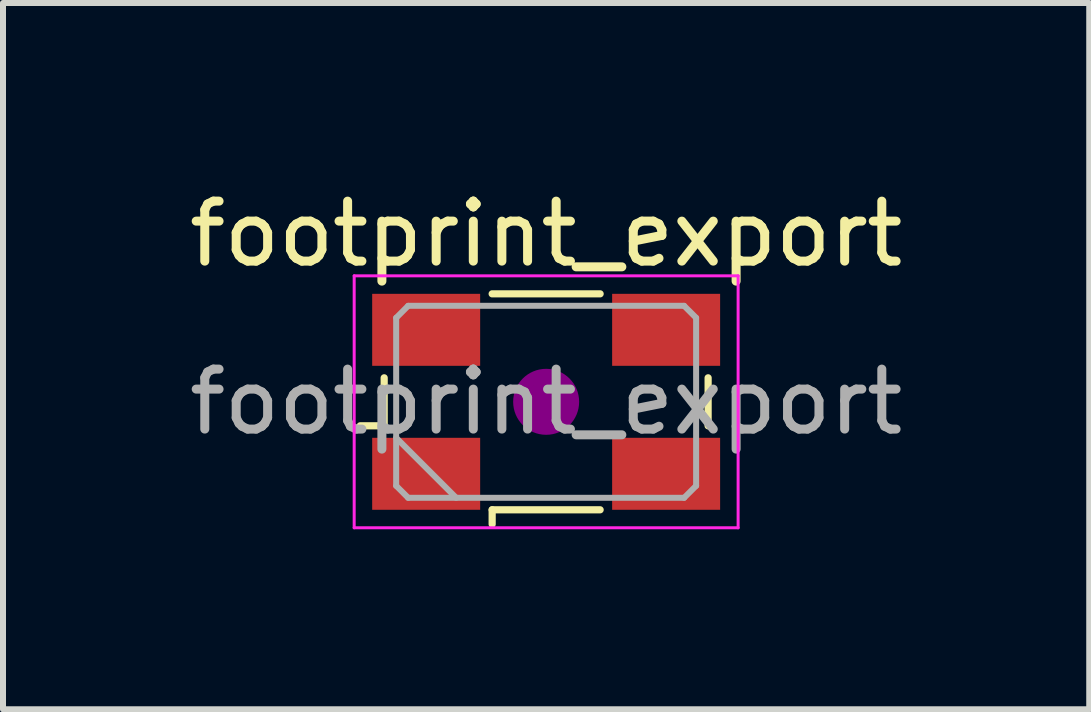
<source format=kicad_pcb>
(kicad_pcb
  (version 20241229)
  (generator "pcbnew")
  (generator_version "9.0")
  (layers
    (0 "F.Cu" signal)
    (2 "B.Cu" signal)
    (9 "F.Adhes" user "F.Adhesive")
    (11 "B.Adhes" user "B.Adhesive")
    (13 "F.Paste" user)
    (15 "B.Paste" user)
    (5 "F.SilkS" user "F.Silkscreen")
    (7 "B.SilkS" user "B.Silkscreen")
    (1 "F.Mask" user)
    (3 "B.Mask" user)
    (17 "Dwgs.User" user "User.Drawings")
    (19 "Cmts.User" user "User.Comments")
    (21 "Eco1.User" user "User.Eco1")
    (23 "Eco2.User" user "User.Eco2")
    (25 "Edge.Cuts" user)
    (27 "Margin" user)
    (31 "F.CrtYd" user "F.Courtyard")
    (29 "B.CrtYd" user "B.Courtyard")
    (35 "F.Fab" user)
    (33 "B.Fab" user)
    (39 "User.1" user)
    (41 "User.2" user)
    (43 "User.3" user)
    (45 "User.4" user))
  (footprint "footprint_export"
    (layer "F.Cu")
    (at 6.054 3.648)
    (property "Reference" "footprint_export" (at 0 -2.8 0) (layer "F.SilkS") (effects (font (size 1 1) (thickness 0.15))))
    (attr smd)
    (fp_line (start -3.1 0.4) (end -2.7 0.4) (stroke (width 0.12) (type solid)) (layer "F.SilkS"))
    (fp_line (start -2.7 0.4) (end -2.7 -0.4) (stroke (width 0.12) (type solid)) (layer "F.SilkS"))
    (fp_line (start -0.9 -1.8) (end 0.9 -1.8) (stroke (width 0.12) (type solid)) (layer "F.SilkS"))
    (fp_line (start -0.9 1.8) (end -0.9 2.04) (stroke (width 0.12) (type solid)) (layer "F.SilkS"))
    (fp_line (start 0.9 1.8) (end -0.9 1.8) (stroke (width 0.12) (type solid)) (layer "F.SilkS"))
    (fp_line (start 2.7 -0.4) (end 2.7 0.4) (stroke (width 0.12) (type solid)) (layer "F.SilkS"))
    (fp_circle (center 0 0) (end 0.117 0) (stroke (width 0.233) (type solid)) (fill no) (layer "F.Adhes"))
    (fp_circle (center 0 0) (end 0.267 0) (stroke (width 0.167) (type solid)) (fill no) (layer "F.Adhes"))
    (fp_circle (center 0 0) (end 0.417 0) (stroke (width 0.167) (type solid)) (fill no) (layer "F.Adhes"))
    (fp_circle (center 0 0) (end 0.5 0) (stroke (width 0.1) (type solid)) (fill no) (layer "F.Adhes"))
    (fp_line (start -3.2 -2.1) (end -3.2 2.1) (stroke (width 0.05) (type solid)) (layer "F.CrtYd"))
    (fp_line (start -3.2 2.1) (end 3.2 2.1) (stroke (width 0.05) (type solid)) (layer "F.CrtYd"))
    (fp_line (start 3.2 -2.1) (end -3.2 -2.1) (stroke (width 0.05) (type solid)) (layer "F.CrtYd"))
    (fp_line (start 3.2 2.1) (end 3.2 -2.1) (stroke (width 0.05) (type solid)) (layer "F.CrtYd"))
    (fp_line (start -2.5 -1.4) (end -2.3 -1.6) (stroke (width 0.1) (type solid)) (layer "F.Fab"))
    (fp_line (start -2.5 0.6) (end -1.5 1.6) (stroke (width 0.1) (type solid)) (layer "F.Fab"))
    (fp_line (start -2.5 1.4) (end -2.5 -1.4) (stroke (width 0.1) (type solid)) (layer "F.Fab"))
    (fp_line (start -2.3 -1.6) (end 2.3 -1.6) (stroke (width 0.1) (type solid)) (layer "F.Fab"))
    (fp_line (start -2.3 1.6) (end -2.5 1.4) (stroke (width 0.1) (type solid)) (layer "F.Fab"))
    (fp_line (start 2.3 -1.6) (end 2.5 -1.4) (stroke (width 0.1) (type solid)) (layer "F.Fab"))
    (fp_line (start 2.3 1.6) (end -2.3 1.6) (stroke (width 0.1) (type solid)) (layer "F.Fab"))
    (fp_line (start 2.5 -1.4) (end 2.5 1.4) (stroke (width 0.1) (type solid)) (layer "F.Fab"))
    (fp_line (start 2.5 1.4) (end 2.3 1.6) (stroke (width 0.1) (type solid)) (layer "F.Fab"))
    (fp_text user "${REFERENCE}" (at 0 0 0) (layer "F.Fab") (effects (font (size 1 1) (thickness 0.15))))
    (pad "1" smd rect (at -2 1.2) (size 1.8 1.2) (layers "F.Cu" "F.Mask" "F.Paste"))
    (pad "2" smd rect (at 2 1.2) (size 1.8 1.2) (layers "F.Cu" "F.Mask" "F.Paste"))
    (pad "3" smd rect (at 2 -1.2) (size 1.8 1.2) (layers "F.Cu" "F.Mask" "F.Paste"))
    (pad "4" smd rect (at -2 -1.2) (size 1.8 1.2) (layers "F.Cu" "F.Mask" "F.Paste")))
  (gr_rect
    (start -3 -3)
    (end 15.107 8.773)
    (stroke (width 0.1) (type default))
    (fill no)
    (layer "Edge.Cuts")))
</source>
